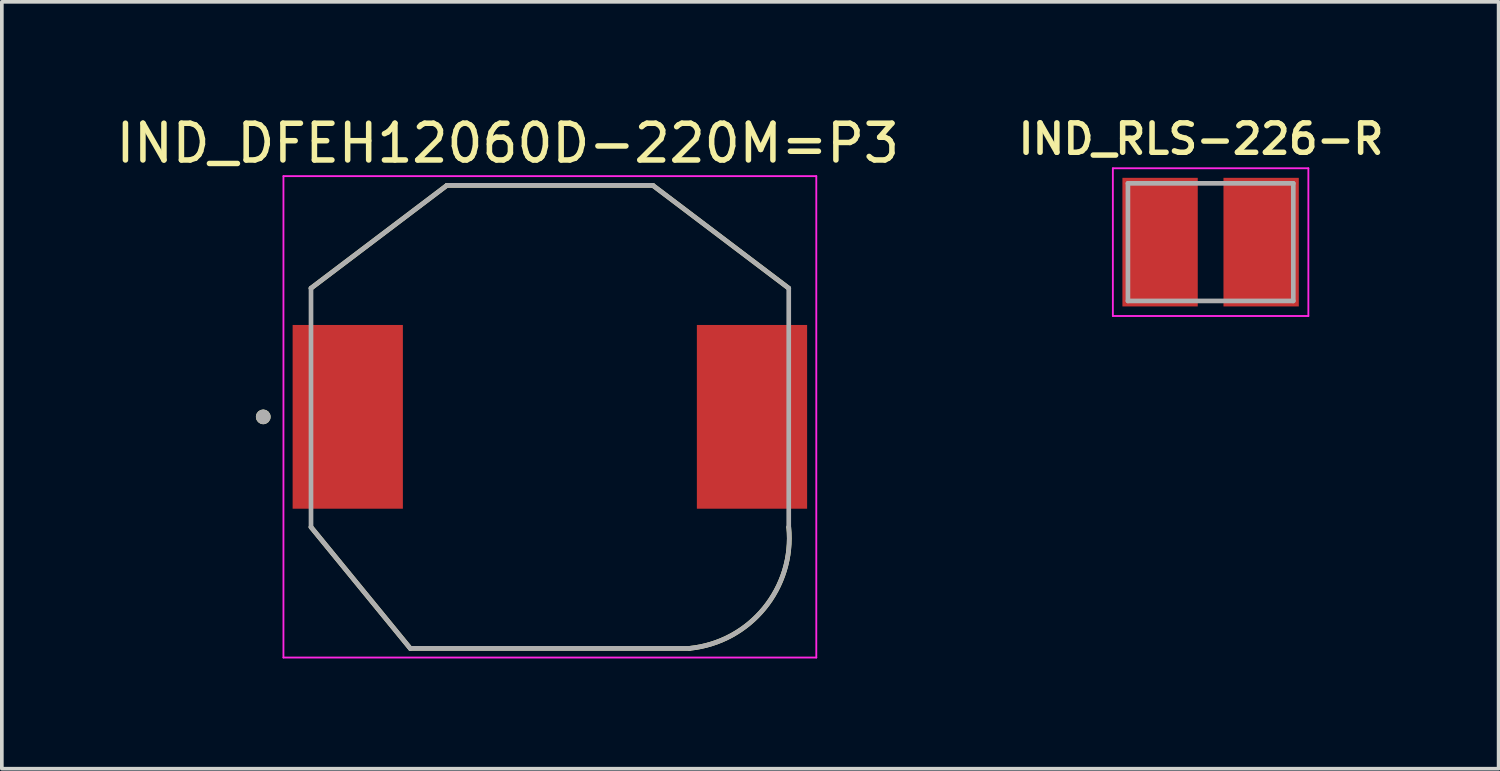
<source format=kicad_pcb>
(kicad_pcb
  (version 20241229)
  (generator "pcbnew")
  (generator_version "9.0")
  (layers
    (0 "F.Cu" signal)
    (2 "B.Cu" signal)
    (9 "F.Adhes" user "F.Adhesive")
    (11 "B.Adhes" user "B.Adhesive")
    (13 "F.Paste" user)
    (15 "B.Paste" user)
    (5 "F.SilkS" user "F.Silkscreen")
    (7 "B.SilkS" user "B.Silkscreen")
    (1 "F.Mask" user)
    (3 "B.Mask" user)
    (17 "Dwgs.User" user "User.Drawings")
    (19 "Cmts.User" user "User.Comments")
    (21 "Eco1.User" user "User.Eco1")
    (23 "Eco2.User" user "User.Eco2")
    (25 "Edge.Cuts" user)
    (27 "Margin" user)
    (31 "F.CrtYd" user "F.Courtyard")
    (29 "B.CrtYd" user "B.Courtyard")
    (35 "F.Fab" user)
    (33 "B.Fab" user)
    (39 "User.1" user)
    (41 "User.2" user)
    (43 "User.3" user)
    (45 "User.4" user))
  (footprint "IND_RLS-226-R"
    (layer "F.Cu")
    (at 29.893 3.539)
    (property "Reference" "IND_RLS-226-R" (at -0.26 -2.808 0) (layer "F.SilkS") (effects (font (size 0.8 0.8) (thickness 0.15))))
    (attr through_hole)
    (fp_line (start -2.66 -2.01) (end 2.66 -2.01) (stroke (width 0.05) (type solid)) (layer "F.CrtYd"))
    (fp_line (start -2.66 2.01) (end -2.66 -2.01) (stroke (width 0.05) (type solid)) (layer "F.CrtYd"))
    (fp_line (start 2.66 -2.01) (end 2.66 2.01) (stroke (width 0.05) (type solid)) (layer "F.CrtYd"))
    (fp_line (start 2.66 2.01) (end -2.66 2.01) (stroke (width 0.05) (type solid)) (layer "F.CrtYd"))
    (fp_line (start -2.25 -1.6) (end 2.25 -1.6) (stroke (width 0.127) (type solid)) (layer "F.Fab"))
    (fp_line (start -2.25 1.6) (end -2.25 -1.6) (stroke (width 0.127) (type solid)) (layer "F.Fab"))
    (fp_line (start 2.25 -1.6) (end 2.25 1.6) (stroke (width 0.127) (type solid)) (layer "F.Fab"))
    (fp_line (start 2.25 1.6) (end -2.25 1.6) (stroke (width 0.127) (type solid)) (layer "F.Fab"))
    (pad "1" smd rect (at -1.375 0) (size 2.05 3.5) (layers "F.Cu" "F.Mask" "F.Paste"))
    (pad "2" smd rect (at 1.375 0) (size 2.05 3.5) (layers "F.Cu" "F.Mask" "F.Paste")))
  (footprint "IND_DFEH12060D-220M=P3"
    (layer "F.Cu")
    (at 11.913 8.293)
    (property "Reference" "IND_DFEH12060D-220M=P3" (at -1.145 -7.445 0) (layer "F.SilkS") (effects (font (size 1 1) (thickness 0.15))))
    (attr through_hole)
    (fp_line (start -6.5 -3.5) (end -2.8 -6.3) (stroke (width 0.127) (type solid)) (layer "F.SilkS"))
    (fp_line (start -3.8 6.3) (end -6.5 3) (stroke (width 0.127) (type solid)) (layer "F.SilkS"))
    (fp_line (start -2.8 -6.3) (end 2.8 -6.3) (stroke (width 0.127) (type solid)) (layer "F.SilkS"))
    (fp_line (start 2.8 -6.3) (end 6.5 -3.5) (stroke (width 0.127) (type solid)) (layer "F.SilkS"))
    (fp_line (start 3.8 6.3) (end -3.8 6.3) (stroke (width 0.127) (type solid)) (layer "F.SilkS"))
    (fp_arc (start 6.5 3) (mid 5.833452 5.209188) (end 3.8 6.3) (stroke (width 0.127) (type solid)) (layer "F.SilkS"))
    (fp_circle (center -7.8 0) (end -7.7 0) (stroke (width 0.2) (type solid)) (fill no) (layer "F.SilkS"))
    (fp_line (start -7.25 -6.55) (end 7.25 -6.55) (stroke (width 0.05) (type solid)) (layer "F.CrtYd"))
    (fp_line (start -7.25 6.55) (end -7.25 -6.55) (stroke (width 0.05) (type solid)) (layer "F.CrtYd"))
    (fp_line (start 7.25 -6.55) (end 7.25 6.55) (stroke (width 0.05) (type solid)) (layer "F.CrtYd"))
    (fp_line (start 7.25 6.55) (end -7.25 6.55) (stroke (width 0.05) (type solid)) (layer "F.CrtYd"))
    (fp_line (start -6.5 -3.5) (end -2.8 -6.3) (stroke (width 0.127) (type solid)) (layer "F.Fab"))
    (fp_line (start -6.5 3) (end -6.5 -3.5) (stroke (width 0.127) (type solid)) (layer "F.Fab"))
    (fp_line (start -3.8 6.3) (end -6.5 3) (stroke (width 0.127) (type solid)) (layer "F.Fab"))
    (fp_line (start -2.8 -6.3) (end 2.8 -6.3) (stroke (width 0.127) (type solid)) (layer "F.Fab"))
    (fp_line (start 2.8 -6.3) (end 6.5 -3.5) (stroke (width 0.127) (type solid)) (layer "F.Fab"))
    (fp_line (start 3.8 6.3) (end -3.8 6.3) (stroke (width 0.127) (type solid)) (layer "F.Fab"))
    (fp_line (start 6.5 -3.5) (end 6.5 3) (stroke (width 0.127) (type solid)) (layer "F.Fab"))
    (fp_arc (start 6.5 3) (mid 5.833452 5.209188) (end 3.8 6.3) (stroke (width 0.127) (type solid)) (layer "F.Fab"))
    (fp_circle (center -7.8 0) (end -7.7 0) (stroke (width 0.2) (type solid)) (fill no) (layer "F.Fab"))
    (pad "1" smd rect (at -5.5 0) (size 3 5) (layers "F.Cu" "F.Mask" "F.Paste"))
    (pad "2" smd rect (at 5.5 0) (size 3 5) (layers "F.Cu" "F.Mask" "F.Paste")))
  (gr_rect
    (start -3 -3)
    (end 37.73 17.868)
    (stroke (width 0.1) (type default))
    (fill no)
    (layer "Edge.Cuts")))
</source>
